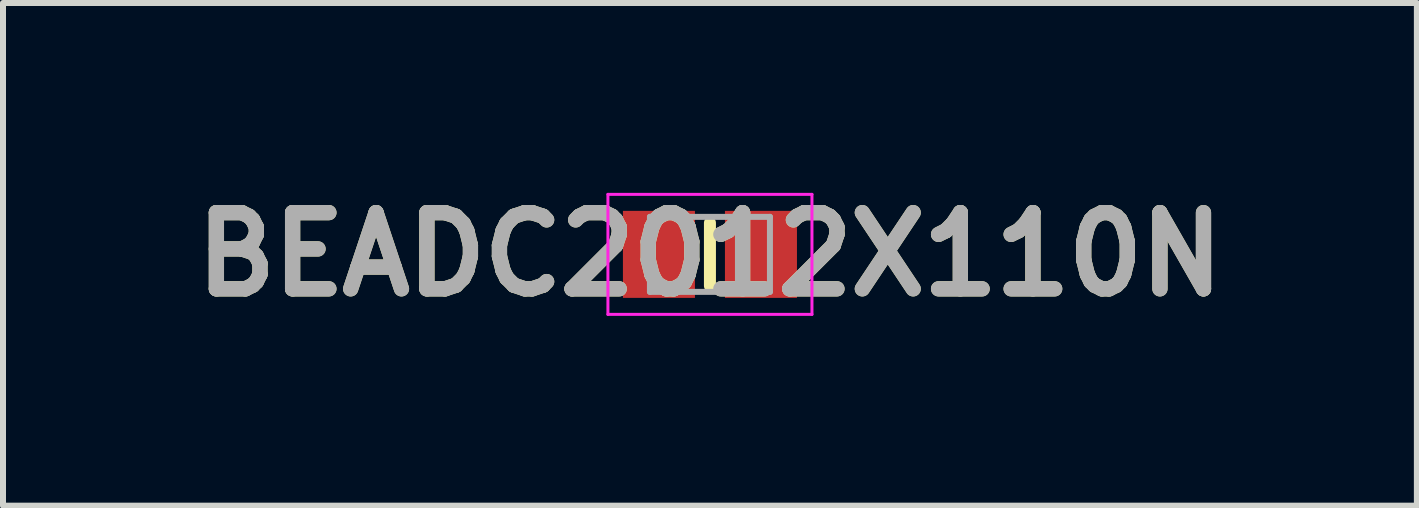
<source format=kicad_pcb>
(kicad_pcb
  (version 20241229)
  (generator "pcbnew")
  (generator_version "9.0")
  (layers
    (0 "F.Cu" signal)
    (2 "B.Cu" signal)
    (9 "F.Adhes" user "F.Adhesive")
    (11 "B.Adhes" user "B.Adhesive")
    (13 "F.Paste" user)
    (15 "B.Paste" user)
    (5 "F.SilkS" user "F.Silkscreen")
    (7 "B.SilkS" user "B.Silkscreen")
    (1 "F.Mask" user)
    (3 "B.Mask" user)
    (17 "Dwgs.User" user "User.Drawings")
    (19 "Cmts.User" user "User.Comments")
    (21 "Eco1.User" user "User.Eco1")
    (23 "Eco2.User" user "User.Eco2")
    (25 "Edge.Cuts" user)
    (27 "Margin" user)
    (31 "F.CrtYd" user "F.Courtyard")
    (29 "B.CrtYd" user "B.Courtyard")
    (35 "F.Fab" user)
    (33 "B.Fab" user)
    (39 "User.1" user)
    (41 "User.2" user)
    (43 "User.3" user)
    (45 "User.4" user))
  (footprint "BEADC2012X110N"
    (layer "F.Cu")
    (at 8.781 1.189)
    (property "Reference" "BEADC2012X110N" (at 0 0 0) (layer "F.SilkS") (effects (font (size 1.27 1.27) (thickness 0.254))))
    (attr smd)
    (fp_line (start 0 -0.525) (end 0 0.525) (stroke (width 0.2) (type solid)) (layer "F.SilkS"))
    (fp_line (start -1.7 -1) (end 1.7 -1) (stroke (width 0.05) (type solid)) (layer "F.CrtYd"))
    (fp_line (start -1.7 1) (end -1.7 -1) (stroke (width 0.05) (type solid)) (layer "F.CrtYd"))
    (fp_line (start 1.7 -1) (end 1.7 1) (stroke (width 0.05) (type solid)) (layer "F.CrtYd"))
    (fp_line (start 1.7 1) (end -1.7 1) (stroke (width 0.05) (type solid)) (layer "F.CrtYd"))
    (fp_line (start -1 -0.625) (end 1 -0.625) (stroke (width 0.1) (type solid)) (layer "F.Fab"))
    (fp_line (start -1 0.625) (end -1 -0.625) (stroke (width 0.1) (type solid)) (layer "F.Fab"))
    (fp_line (start 1 -0.625) (end 1 0.625) (stroke (width 0.1) (type solid)) (layer "F.Fab"))
    (fp_line (start 1 0.625) (end -1 0.625) (stroke (width 0.1) (type solid)) (layer "F.Fab"))
    (fp_text user "${REFERENCE}" (at 0 0 0) (layer "F.Fab") (effects (font (size 1.27 1.27) (thickness 0.254))))
    (pad "1" smd rect (at -0.85 0) (size 1.2 1.45) (layers "F.Cu" "F.Mask" "F.Paste"))
    (pad "2" smd rect (at 0.85 0) (size 1.2 1.45) (layers "F.Cu" "F.Mask" "F.Paste")))
  (gr_rect
    (start -3 -3)
    (end 20.562 5.377)
    (stroke (width 0.1) (type default))
    (fill no)
    (layer "Edge.Cuts")))
</source>
